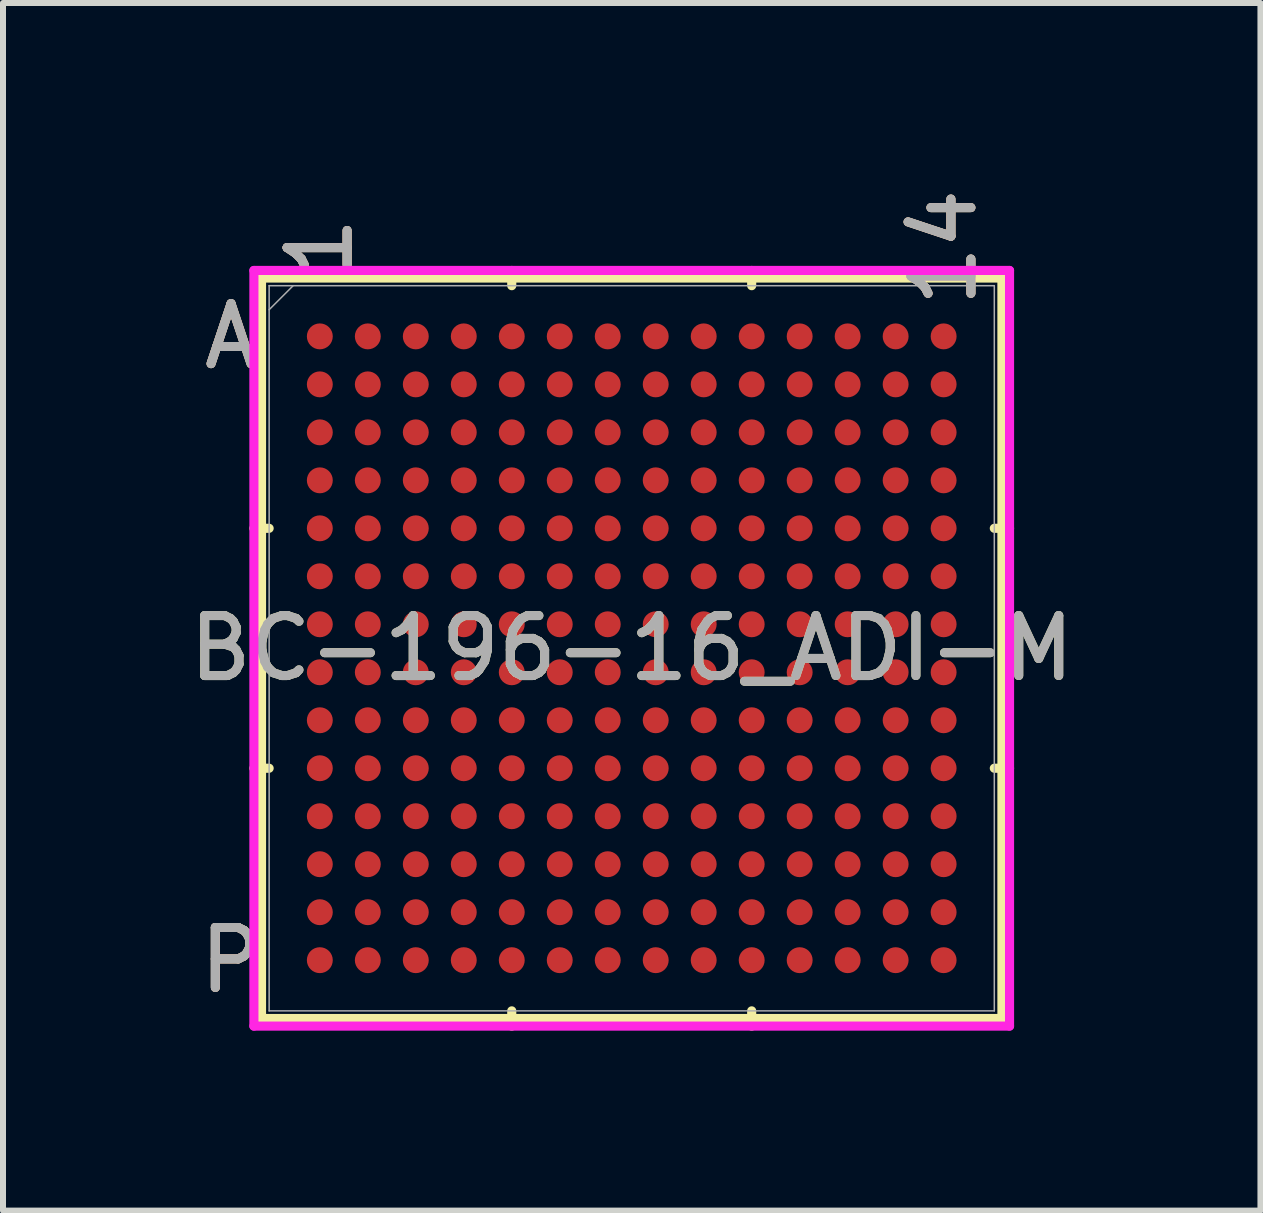
<source format=kicad_pcb>
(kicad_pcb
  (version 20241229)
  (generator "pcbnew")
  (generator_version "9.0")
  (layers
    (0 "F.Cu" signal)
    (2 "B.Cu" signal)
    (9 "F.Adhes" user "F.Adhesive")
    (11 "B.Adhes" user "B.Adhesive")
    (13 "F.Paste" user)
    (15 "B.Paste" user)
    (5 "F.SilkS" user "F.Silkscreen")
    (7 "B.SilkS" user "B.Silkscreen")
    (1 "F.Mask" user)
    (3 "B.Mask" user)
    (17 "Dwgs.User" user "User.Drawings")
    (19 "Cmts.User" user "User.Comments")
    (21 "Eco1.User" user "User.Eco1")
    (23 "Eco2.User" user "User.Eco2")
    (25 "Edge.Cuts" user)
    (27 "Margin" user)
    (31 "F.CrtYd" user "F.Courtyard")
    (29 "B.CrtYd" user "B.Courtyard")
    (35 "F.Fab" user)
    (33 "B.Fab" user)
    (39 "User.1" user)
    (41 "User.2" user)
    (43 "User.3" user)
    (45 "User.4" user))
  (footprint "BC-196-16_ADI-M"
    (layer "F.Cu")
    (at 7.482 7.758)
    (property "Reference" "BC-196-16_ADI-M" (at 0 0 0) (unlocked yes) (layer "F.SilkS") (effects (font (size 1 1) (thickness 0.15))))
    (attr smd)
    (fp_line (start -6.172 -6.172) (end -6.172 6.172) (stroke (width 0.152) (type solid)) (layer "F.SilkS"))
    (fp_line (start -6.172 6.172) (end 6.172 6.172) (stroke (width 0.152) (type solid)) (layer "F.SilkS"))
    (fp_line (start -6.045 -2) (end -6.299 -2) (stroke (width 0.152) (type solid)) (layer "F.SilkS"))
    (fp_line (start -6.045 2) (end -6.299 2) (stroke (width 0.152) (type solid)) (layer "F.SilkS"))
    (fp_line (start -2 -6.045) (end -2 -6.299) (stroke (width 0.152) (type solid)) (layer "F.SilkS"))
    (fp_line (start -2 6.045) (end -2 6.299) (stroke (width 0.152) (type solid)) (layer "F.SilkS"))
    (fp_line (start 2 -6.045) (end 2 -6.299) (stroke (width 0.152) (type solid)) (layer "F.SilkS"))
    (fp_line (start 2 6.045) (end 2 6.299) (stroke (width 0.152) (type solid)) (layer "F.SilkS"))
    (fp_line (start 6.045 -2) (end 6.299 -2) (stroke (width 0.152) (type solid)) (layer "F.SilkS"))
    (fp_line (start 6.045 2) (end 6.299 2) (stroke (width 0.152) (type solid)) (layer "F.SilkS"))
    (fp_line (start 6.172 -6.172) (end -6.172 -6.172) (stroke (width 0.152) (type solid)) (layer "F.SilkS"))
    (fp_line (start 6.172 6.172) (end 6.172 -6.172) (stroke (width 0.152) (type solid)) (layer "F.SilkS"))
    (fp_poly (pts (xy -6.045 -6.045) (xy 6.045 -6.045) (xy 6.045 6.045) (xy -6.045 6.045)) (stroke (width 0.1) (type solid)) (fill no) (layer "Eco2.User"))
    (fp_line (start -6.299 -6.299) (end 6.299 -6.299) (stroke (width 0.152) (type solid)) (layer "F.CrtYd"))
    (fp_line (start -6.299 6.299) (end -6.299 -6.299) (stroke (width 0.152) (type solid)) (layer "F.CrtYd"))
    (fp_line (start 6.299 -6.299) (end 6.299 6.299) (stroke (width 0.152) (type solid)) (layer "F.CrtYd"))
    (fp_line (start 6.299 6.299) (end -6.299 6.299) (stroke (width 0.152) (type solid)) (layer "F.CrtYd"))
    (fp_line (start -6.045 -6.045) (end -6.045 6.045) (stroke (width 0.025) (type solid)) (layer "F.Fab"))
    (fp_line (start -6.045 6.045) (end 6.045 6.045) (stroke (width 0.025) (type solid)) (layer "F.Fab"))
    (fp_line (start -5.645 -6.045) (end -6.045 -5.645) (stroke (width 0.025) (type solid)) (layer "F.Fab"))
    (fp_line (start 6.045 -6.045) (end -6.045 -6.045) (stroke (width 0.025) (type solid)) (layer "F.Fab"))
    (fp_line (start 6.045 6.045) (end 6.045 -6.045) (stroke (width 0.025) (type solid)) (layer "F.Fab"))
    (fp_text user "1" (at -5.2 -6.68 90) (unlocked yes) (layer "F.SilkS") (effects (font (size 1 1) (thickness 0.15))))
    (fp_text user "14" (at 5.2 -6.68 90) (unlocked yes) (layer "F.SilkS") (effects (font (size 1 1) (thickness 0.15))))
    (fp_text user "A" (at -6.68 -5.2 0) (unlocked yes) (layer "F.SilkS") (effects (font (size 1 1) (thickness 0.15))))
    (fp_text user "P" (at -6.68 5.2 0) (unlocked yes) (layer "F.SilkS") (effects (font (size 1 1) (thickness 0.15))))
    (fp_text user "A" (at -6.68 -5.2 0) (unlocked yes) (layer "B.SilkS") (effects (font (size 1 1) (thickness 0.15))))
    (fp_text user "P" (at -6.68 5.2 0) (unlocked yes) (layer "B.SilkS") (effects (font (size 1 1) (thickness 0.15))))
    (fp_text user "1" (at -5.2 -6.68 90) (unlocked yes) (layer "B.SilkS") (effects (font (size 1 1) (thickness 0.15))))
    (fp_text user "14" (at 5.2 -6.68 90) (unlocked yes) (layer "B.SilkS") (effects (font (size 1 1) (thickness 0.15))))
    (fp_text user "14" (at 5.2 -6.68 90) (unlocked yes) (layer "F.Fab") (effects (font (size 1 1) (thickness 0.15))))
    (fp_text user "${REFERENCE}" (at 0 0 0) (unlocked yes) (layer "F.Fab") (effects (font (size 1 1) (thickness 0.15))))
    (fp_text user "1" (at -5.2 -6.68 90) (unlocked yes) (layer "F.Fab") (effects (font (size 1 1) (thickness 0.15))))
    (fp_text user "A" (at -6.68 -5.2 0) (unlocked yes) (layer "F.Fab") (effects (font (size 1 1) (thickness 0.15))))
    (fp_text user "P" (at -6.68 5.2 0) (unlocked yes) (layer "F.Fab") (effects (font (size 1 1) (thickness 0.15))))
    (pad "A1" smd circle (at -5.2 -5.2) (size 0.432 0.432) (layers "F.Cu" "F.Mask" "F.Paste"))
    (pad "A2" smd circle (at -4.4 -5.2) (size 0.432 0.432) (layers "F.Cu" "F.Mask" "F.Paste"))
    (pad "A3" smd circle (at -3.6 -5.2) (size 0.432 0.432) (layers "F.Cu" "F.Mask" "F.Paste"))
    (pad "A4" smd circle (at -2.8 -5.2) (size 0.432 0.432) (layers "F.Cu" "F.Mask" "F.Paste"))
    (pad "A5" smd circle (at -2 -5.2) (size 0.432 0.432) (layers "F.Cu" "F.Mask" "F.Paste"))
    (pad "A6" smd circle (at -1.2 -5.2) (size 0.432 0.432) (layers "F.Cu" "F.Mask" "F.Paste"))
    (pad "A7" smd circle (at -0.4 -5.2) (size 0.432 0.432) (layers "F.Cu" "F.Mask" "F.Paste"))
    (pad "A8" smd circle (at 0.4 -5.2) (size 0.432 0.432) (layers "F.Cu" "F.Mask" "F.Paste"))
    (pad "A9" smd circle (at 1.2 -5.2) (size 0.432 0.432) (layers "F.Cu" "F.Mask" "F.Paste"))
    (pad "A10" smd circle (at 2 -5.2) (size 0.432 0.432) (layers "F.Cu" "F.Mask" "F.Paste"))
    (pad "A11" smd circle (at 2.8 -5.2) (size 0.432 0.432) (layers "F.Cu" "F.Mask" "F.Paste"))
    (pad "A12" smd circle (at 3.6 -5.2) (size 0.432 0.432) (layers "F.Cu" "F.Mask" "F.Paste"))
    (pad "A13" smd circle (at 4.4 -5.2) (size 0.432 0.432) (layers "F.Cu" "F.Mask" "F.Paste"))
    (pad "A14" smd circle (at 5.2 -5.2) (size 0.432 0.432) (layers "F.Cu" "F.Mask" "F.Paste"))
    (pad "B1" smd circle (at -5.2 -4.4) (size 0.432 0.432) (layers "F.Cu" "F.Mask" "F.Paste"))
    (pad "B2" smd circle (at -4.4 -4.4) (size 0.432 0.432) (layers "F.Cu" "F.Mask" "F.Paste"))
    (pad "B3" smd circle (at -3.6 -4.4) (size 0.432 0.432) (layers "F.Cu" "F.Mask" "F.Paste"))
    (pad "B4" smd circle (at -2.8 -4.4) (size 0.432 0.432) (layers "F.Cu" "F.Mask" "F.Paste"))
    (pad "B5" smd circle (at -2 -4.4) (size 0.432 0.432) (layers "F.Cu" "F.Mask" "F.Paste"))
    (pad "B6" smd circle (at -1.2 -4.4) (size 0.432 0.432) (layers "F.Cu" "F.Mask" "F.Paste"))
    (pad "B7" smd circle (at -0.4 -4.4) (size 0.432 0.432) (layers "F.Cu" "F.Mask" "F.Paste"))
    (pad "B8" smd circle (at 0.4 -4.4) (size 0.432 0.432) (layers "F.Cu" "F.Mask" "F.Paste"))
    (pad "B9" smd circle (at 1.2 -4.4) (size 0.432 0.432) (layers "F.Cu" "F.Mask" "F.Paste"))
    (pad "B10" smd circle (at 2 -4.4) (size 0.432 0.432) (layers "F.Cu" "F.Mask" "F.Paste"))
    (pad "B11" smd circle (at 2.8 -4.4) (size 0.432 0.432) (layers "F.Cu" "F.Mask" "F.Paste"))
    (pad "B12" smd circle (at 3.6 -4.4) (size 0.432 0.432) (layers "F.Cu" "F.Mask" "F.Paste"))
    (pad "B13" smd circle (at 4.4 -4.4) (size 0.432 0.432) (layers "F.Cu" "F.Mask" "F.Paste"))
    (pad "B14" smd circle (at 5.2 -4.4) (size 0.432 0.432) (layers "F.Cu" "F.Mask" "F.Paste"))
    (pad "C1" smd circle (at -5.2 -3.6) (size 0.432 0.432) (layers "F.Cu" "F.Mask" "F.Paste"))
    (pad "C2" smd circle (at -4.4 -3.6) (size 0.432 0.432) (layers "F.Cu" "F.Mask" "F.Paste"))
    (pad "C3" smd circle (at -3.6 -3.6) (size 0.432 0.432) (layers "F.Cu" "F.Mask" "F.Paste"))
    (pad "C4" smd circle (at -2.8 -3.6) (size 0.432 0.432) (layers "F.Cu" "F.Mask" "F.Paste"))
    (pad "C5" smd circle (at -2 -3.6) (size 0.432 0.432) (layers "F.Cu" "F.Mask" "F.Paste"))
    (pad "C6" smd circle (at -1.2 -3.6) (size 0.432 0.432) (layers "F.Cu" "F.Mask" "F.Paste"))
    (pad "C7" smd circle (at -0.4 -3.6) (size 0.432 0.432) (layers "F.Cu" "F.Mask" "F.Paste"))
    (pad "C8" smd circle (at 0.4 -3.6) (size 0.432 0.432) (layers "F.Cu" "F.Mask" "F.Paste"))
    (pad "C9" smd circle (at 1.2 -3.6) (size 0.432 0.432) (layers "F.Cu" "F.Mask" "F.Paste"))
    (pad "C10" smd circle (at 2 -3.6) (size 0.432 0.432) (layers "F.Cu" "F.Mask" "F.Paste"))
    (pad "C11" smd circle (at 2.8 -3.6) (size 0.432 0.432) (layers "F.Cu" "F.Mask" "F.Paste"))
    (pad "C12" smd circle (at 3.6 -3.6) (size 0.432 0.432) (layers "F.Cu" "F.Mask" "F.Paste"))
    (pad "C13" smd circle (at 4.4 -3.6) (size 0.432 0.432) (layers "F.Cu" "F.Mask" "F.Paste"))
    (pad "C14" smd circle (at 5.2 -3.6) (size 0.432 0.432) (layers "F.Cu" "F.Mask" "F.Paste"))
    (pad "D1" smd circle (at -5.2 -2.8) (size 0.432 0.432) (layers "F.Cu" "F.Mask" "F.Paste"))
    (pad "D2" smd circle (at -4.4 -2.8) (size 0.432 0.432) (layers "F.Cu" "F.Mask" "F.Paste"))
    (pad "D3" smd circle (at -3.6 -2.8) (size 0.432 0.432) (layers "F.Cu" "F.Mask" "F.Paste"))
    (pad "D4" smd circle (at -2.8 -2.8) (size 0.432 0.432) (layers "F.Cu" "F.Mask" "F.Paste"))
    (pad "D5" smd circle (at -2 -2.8) (size 0.432 0.432) (layers "F.Cu" "F.Mask" "F.Paste"))
    (pad "D6" smd circle (at -1.2 -2.8) (size 0.432 0.432) (layers "F.Cu" "F.Mask" "F.Paste"))
    (pad "D7" smd circle (at -0.4 -2.8) (size 0.432 0.432) (layers "F.Cu" "F.Mask" "F.Paste"))
    (pad "D8" smd circle (at 0.4 -2.8) (size 0.432 0.432) (layers "F.Cu" "F.Mask" "F.Paste"))
    (pad "D9" smd circle (at 1.2 -2.8) (size 0.432 0.432) (layers "F.Cu" "F.Mask" "F.Paste"))
    (pad "D10" smd circle (at 2 -2.8) (size 0.432 0.432) (layers "F.Cu" "F.Mask" "F.Paste"))
    (pad "D11" smd circle (at 2.8 -2.8) (size 0.432 0.432) (layers "F.Cu" "F.Mask" "F.Paste"))
    (pad "D12" smd circle (at 3.6 -2.8) (size 0.432 0.432) (layers "F.Cu" "F.Mask" "F.Paste"))
    (pad "D13" smd circle (at 4.4 -2.8) (size 0.432 0.432) (layers "F.Cu" "F.Mask" "F.Paste"))
    (pad "D14" smd circle (at 5.2 -2.8) (size 0.432 0.432) (layers "F.Cu" "F.Mask" "F.Paste"))
    (pad "E1" smd circle (at -5.2 -2) (size 0.432 0.432) (layers "F.Cu" "F.Mask" "F.Paste"))
    (pad "E2" smd circle (at -4.4 -2) (size 0.432 0.432) (layers "F.Cu" "F.Mask" "F.Paste"))
    (pad "E3" smd circle (at -3.6 -2) (size 0.432 0.432) (layers "F.Cu" "F.Mask" "F.Paste"))
    (pad "E4" smd circle (at -2.8 -2) (size 0.432 0.432) (layers "F.Cu" "F.Mask" "F.Paste"))
    (pad "E5" smd circle (at -2 -2) (size 0.432 0.432) (layers "F.Cu" "F.Mask" "F.Paste"))
    (pad "E6" smd circle (at -1.2 -2) (size 0.432 0.432) (layers "F.Cu" "F.Mask" "F.Paste"))
    (pad "E7" smd circle (at -0.4 -2) (size 0.432 0.432) (layers "F.Cu" "F.Mask" "F.Paste"))
    (pad "E8" smd circle (at 0.4 -2) (size 0.432 0.432) (layers "F.Cu" "F.Mask" "F.Paste"))
    (pad "E9" smd circle (at 1.2 -2) (size 0.432 0.432) (layers "F.Cu" "F.Mask" "F.Paste"))
    (pad "E10" smd circle (at 2 -2) (size 0.432 0.432) (layers "F.Cu" "F.Mask" "F.Paste"))
    (pad "E11" smd circle (at 2.8 -2) (size 0.432 0.432) (layers "F.Cu" "F.Mask" "F.Paste"))
    (pad "E12" smd circle (at 3.6 -2) (size 0.432 0.432) (layers "F.Cu" "F.Mask" "F.Paste"))
    (pad "E13" smd circle (at 4.4 -2) (size 0.432 0.432) (layers "F.Cu" "F.Mask" "F.Paste"))
    (pad "E14" smd circle (at 5.2 -2) (size 0.432 0.432) (layers "F.Cu" "F.Mask" "F.Paste"))
    (pad "F1" smd circle (at -5.2 -1.2) (size 0.432 0.432) (layers "F.Cu" "F.Mask" "F.Paste"))
    (pad "F2" smd circle (at -4.4 -1.2) (size 0.432 0.432) (layers "F.Cu" "F.Mask" "F.Paste"))
    (pad "F3" smd circle (at -3.6 -1.2) (size 0.432 0.432) (layers "F.Cu" "F.Mask" "F.Paste"))
    (pad "F4" smd circle (at -2.8 -1.2) (size 0.432 0.432) (layers "F.Cu" "F.Mask" "F.Paste"))
    (pad "F5" smd circle (at -2 -1.2) (size 0.432 0.432) (layers "F.Cu" "F.Mask" "F.Paste"))
    (pad "F6" smd circle (at -1.2 -1.2) (size 0.432 0.432) (layers "F.Cu" "F.Mask" "F.Paste"))
    (pad "F7" smd circle (at -0.4 -1.2) (size 0.432 0.432) (layers "F.Cu" "F.Mask" "F.Paste"))
    (pad "F8" smd circle (at 0.4 -1.2) (size 0.432 0.432) (layers "F.Cu" "F.Mask" "F.Paste"))
    (pad "F9" smd circle (at 1.2 -1.2) (size 0.432 0.432) (layers "F.Cu" "F.Mask" "F.Paste"))
    (pad "F10" smd circle (at 2 -1.2) (size 0.432 0.432) (layers "F.Cu" "F.Mask" "F.Paste"))
    (pad "F11" smd circle (at 2.8 -1.2) (size 0.432 0.432) (layers "F.Cu" "F.Mask" "F.Paste"))
    (pad "F12" smd circle (at 3.6 -1.2) (size 0.432 0.432) (layers "F.Cu" "F.Mask" "F.Paste"))
    (pad "F13" smd circle (at 4.4 -1.2) (size 0.432 0.432) (layers "F.Cu" "F.Mask" "F.Paste"))
    (pad "F14" smd circle (at 5.2 -1.2) (size 0.432 0.432) (layers "F.Cu" "F.Mask" "F.Paste"))
    (pad "G1" smd circle (at -5.2 -0.4) (size 0.432 0.432) (layers "F.Cu" "F.Mask" "F.Paste"))
    (pad "G2" smd circle (at -4.4 -0.4) (size 0.432 0.432) (layers "F.Cu" "F.Mask" "F.Paste"))
    (pad "G3" smd circle (at -3.6 -0.4) (size 0.432 0.432) (layers "F.Cu" "F.Mask" "F.Paste"))
    (pad "G4" smd circle (at -2.8 -0.4) (size 0.432 0.432) (layers "F.Cu" "F.Mask" "F.Paste"))
    (pad "G5" smd circle (at -2 -0.4) (size 0.432 0.432) (layers "F.Cu" "F.Mask" "F.Paste"))
    (pad "G6" smd circle (at -1.2 -0.4) (size 0.432 0.432) (layers "F.Cu" "F.Mask" "F.Paste"))
    (pad "G7" smd circle (at -0.4 -0.4) (size 0.432 0.432) (layers "F.Cu" "F.Mask" "F.Paste"))
    (pad "G8" smd circle (at 0.4 -0.4) (size 0.432 0.432) (layers "F.Cu" "F.Mask" "F.Paste"))
    (pad "G9" smd circle (at 1.2 -0.4) (size 0.432 0.432) (layers "F.Cu" "F.Mask" "F.Paste"))
    (pad "G10" smd circle (at 2 -0.4) (size 0.432 0.432) (layers "F.Cu" "F.Mask" "F.Paste"))
    (pad "G11" smd circle (at 2.8 -0.4) (size 0.432 0.432) (layers "F.Cu" "F.Mask" "F.Paste"))
    (pad "G12" smd circle (at 3.6 -0.4) (size 0.432 0.432) (layers "F.Cu" "F.Mask" "F.Paste"))
    (pad "G13" smd circle (at 4.4 -0.4) (size 0.432 0.432) (layers "F.Cu" "F.Mask" "F.Paste"))
    (pad "G14" smd circle (at 5.2 -0.4) (size 0.432 0.432) (layers "F.Cu" "F.Mask" "F.Paste"))
    (pad "H1" smd circle (at -5.2 0.4) (size 0.432 0.432) (layers "F.Cu" "F.Mask" "F.Paste"))
    (pad "H2" smd circle (at -4.4 0.4) (size 0.432 0.432) (layers "F.Cu" "F.Mask" "F.Paste"))
    (pad "H3" smd circle (at -3.6 0.4) (size 0.432 0.432) (layers "F.Cu" "F.Mask" "F.Paste"))
    (pad "H4" smd circle (at -2.8 0.4) (size 0.432 0.432) (layers "F.Cu" "F.Mask" "F.Paste"))
    (pad "H5" smd circle (at -2 0.4) (size 0.432 0.432) (layers "F.Cu" "F.Mask" "F.Paste"))
    (pad "H6" smd circle (at -1.2 0.4) (size 0.432 0.432) (layers "F.Cu" "F.Mask" "F.Paste"))
    (pad "H7" smd circle (at -0.4 0.4) (size 0.432 0.432) (layers "F.Cu" "F.Mask" "F.Paste"))
    (pad "H8" smd circle (at 0.4 0.4) (size 0.432 0.432) (layers "F.Cu" "F.Mask" "F.Paste"))
    (pad "H9" smd circle (at 1.2 0.4) (size 0.432 0.432) (layers "F.Cu" "F.Mask" "F.Paste"))
    (pad "H10" smd circle (at 2 0.4) (size 0.432 0.432) (layers "F.Cu" "F.Mask" "F.Paste"))
    (pad "H11" smd circle (at 2.8 0.4) (size 0.432 0.432) (layers "F.Cu" "F.Mask" "F.Paste"))
    (pad "H12" smd circle (at 3.6 0.4) (size 0.432 0.432) (layers "F.Cu" "F.Mask" "F.Paste"))
    (pad "H13" smd circle (at 4.4 0.4) (size 0.432 0.432) (layers "F.Cu" "F.Mask" "F.Paste"))
    (pad "H14" smd circle (at 5.2 0.4) (size 0.432 0.432) (layers "F.Cu" "F.Mask" "F.Paste"))
    (pad "J1" smd circle (at -5.2 1.2) (size 0.432 0.432) (layers "F.Cu" "F.Mask" "F.Paste"))
    (pad "J2" smd circle (at -4.4 1.2) (size 0.432 0.432) (layers "F.Cu" "F.Mask" "F.Paste"))
    (pad "J3" smd circle (at -3.6 1.2) (size 0.432 0.432) (layers "F.Cu" "F.Mask" "F.Paste"))
    (pad "J4" smd circle (at -2.8 1.2) (size 0.432 0.432) (layers "F.Cu" "F.Mask" "F.Paste"))
    (pad "J5" smd circle (at -2 1.2) (size 0.432 0.432) (layers "F.Cu" "F.Mask" "F.Paste"))
    (pad "J6" smd circle (at -1.2 1.2) (size 0.432 0.432) (layers "F.Cu" "F.Mask" "F.Paste"))
    (pad "J7" smd circle (at -0.4 1.2) (size 0.432 0.432) (layers "F.Cu" "F.Mask" "F.Paste"))
    (pad "J8" smd circle (at 0.4 1.2) (size 0.432 0.432) (layers "F.Cu" "F.Mask" "F.Paste"))
    (pad "J9" smd circle (at 1.2 1.2) (size 0.432 0.432) (layers "F.Cu" "F.Mask" "F.Paste"))
    (pad "J10" smd circle (at 2 1.2) (size 0.432 0.432) (layers "F.Cu" "F.Mask" "F.Paste"))
    (pad "J11" smd circle (at 2.8 1.2) (size 0.432 0.432) (layers "F.Cu" "F.Mask" "F.Paste"))
    (pad "J12" smd circle (at 3.6 1.2) (size 0.432 0.432) (layers "F.Cu" "F.Mask" "F.Paste"))
    (pad "J13" smd circle (at 4.4 1.2) (size 0.432 0.432) (layers "F.Cu" "F.Mask" "F.Paste"))
    (pad "J14" smd circle (at 5.2 1.2) (size 0.432 0.432) (layers "F.Cu" "F.Mask" "F.Paste"))
    (pad "K1" smd circle (at -5.2 2) (size 0.432 0.432) (layers "F.Cu" "F.Mask" "F.Paste"))
    (pad "K2" smd circle (at -4.4 2) (size 0.432 0.432) (layers "F.Cu" "F.Mask" "F.Paste"))
    (pad "K3" smd circle (at -3.6 2) (size 0.432 0.432) (layers "F.Cu" "F.Mask" "F.Paste"))
    (pad "K4" smd circle (at -2.8 2) (size 0.432 0.432) (layers "F.Cu" "F.Mask" "F.Paste"))
    (pad "K5" smd circle (at -2 2) (size 0.432 0.432) (layers "F.Cu" "F.Mask" "F.Paste"))
    (pad "K6" smd circle (at -1.2 2) (size 0.432 0.432) (layers "F.Cu" "F.Mask" "F.Paste"))
    (pad "K7" smd circle (at -0.4 2) (size 0.432 0.432) (layers "F.Cu" "F.Mask" "F.Paste"))
    (pad "K8" smd circle (at 0.4 2) (size 0.432 0.432) (layers "F.Cu" "F.Mask" "F.Paste"))
    (pad "K9" smd circle (at 1.2 2) (size 0.432 0.432) (layers "F.Cu" "F.Mask" "F.Paste"))
    (pad "K10" smd circle (at 2 2) (size 0.432 0.432) (layers "F.Cu" "F.Mask" "F.Paste"))
    (pad "K11" smd circle (at 2.8 2) (size 0.432 0.432) (layers "F.Cu" "F.Mask" "F.Paste"))
    (pad "K12" smd circle (at 3.6 2) (size 0.432 0.432) (layers "F.Cu" "F.Mask" "F.Paste"))
    (pad "K13" smd circle (at 4.4 2) (size 0.432 0.432) (layers "F.Cu" "F.Mask" "F.Paste"))
    (pad "K14" smd circle (at 5.2 2) (size 0.432 0.432) (layers "F.Cu" "F.Mask" "F.Paste"))
    (pad "L1" smd circle (at -5.2 2.8) (size 0.432 0.432) (layers "F.Cu" "F.Mask" "F.Paste"))
    (pad "L2" smd circle (at -4.4 2.8) (size 0.432 0.432) (layers "F.Cu" "F.Mask" "F.Paste"))
    (pad "L3" smd circle (at -3.6 2.8) (size 0.432 0.432) (layers "F.Cu" "F.Mask" "F.Paste"))
    (pad "L4" smd circle (at -2.8 2.8) (size 0.432 0.432) (layers "F.Cu" "F.Mask" "F.Paste"))
    (pad "L5" smd circle (at -2 2.8) (size 0.432 0.432) (layers "F.Cu" "F.Mask" "F.Paste"))
    (pad "L6" smd circle (at -1.2 2.8) (size 0.432 0.432) (layers "F.Cu" "F.Mask" "F.Paste"))
    (pad "L7" smd circle (at -0.4 2.8) (size 0.432 0.432) (layers "F.Cu" "F.Mask" "F.Paste"))
    (pad "L8" smd circle (at 0.4 2.8) (size 0.432 0.432) (layers "F.Cu" "F.Mask" "F.Paste"))
    (pad "L9" smd circle (at 1.2 2.8) (size 0.432 0.432) (layers "F.Cu" "F.Mask" "F.Paste"))
    (pad "L10" smd circle (at 2 2.8) (size 0.432 0.432) (layers "F.Cu" "F.Mask" "F.Paste"))
    (pad "L11" smd circle (at 2.8 2.8) (size 0.432 0.432) (layers "F.Cu" "F.Mask" "F.Paste"))
    (pad "L12" smd circle (at 3.6 2.8) (size 0.432 0.432) (layers "F.Cu" "F.Mask" "F.Paste"))
    (pad "L13" smd circle (at 4.4 2.8) (size 0.432 0.432) (layers "F.Cu" "F.Mask" "F.Paste"))
    (pad "L14" smd circle (at 5.2 2.8) (size 0.432 0.432) (layers "F.Cu" "F.Mask" "F.Paste"))
    (pad "M1" smd circle (at -5.2 3.6) (size 0.432 0.432) (layers "F.Cu" "F.Mask" "F.Paste"))
    (pad "M2" smd circle (at -4.4 3.6) (size 0.432 0.432) (layers "F.Cu" "F.Mask" "F.Paste"))
    (pad "M3" smd circle (at -3.6 3.6) (size 0.432 0.432) (layers "F.Cu" "F.Mask" "F.Paste"))
    (pad "M4" smd circle (at -2.8 3.6) (size 0.432 0.432) (layers "F.Cu" "F.Mask" "F.Paste"))
    (pad "M5" smd circle (at -2 3.6) (size 0.432 0.432) (layers "F.Cu" "F.Mask" "F.Paste"))
    (pad "M6" smd circle (at -1.2 3.6) (size 0.432 0.432) (layers "F.Cu" "F.Mask" "F.Paste"))
    (pad "M7" smd circle (at -0.4 3.6) (size 0.432 0.432) (layers "F.Cu" "F.Mask" "F.Paste"))
    (pad "M8" smd circle (at 0.4 3.6) (size 0.432 0.432) (layers "F.Cu" "F.Mask" "F.Paste"))
    (pad "M9" smd circle (at 1.2 3.6) (size 0.432 0.432) (layers "F.Cu" "F.Mask" "F.Paste"))
    (pad "M10" smd circle (at 2 3.6) (size 0.432 0.432) (layers "F.Cu" "F.Mask" "F.Paste"))
    (pad "M11" smd circle (at 2.8 3.6) (size 0.432 0.432) (layers "F.Cu" "F.Mask" "F.Paste"))
    (pad "M12" smd circle (at 3.6 3.6) (size 0.432 0.432) (layers "F.Cu" "F.Mask" "F.Paste"))
    (pad "M13" smd circle (at 4.4 3.6) (size 0.432 0.432) (layers "F.Cu" "F.Mask" "F.Paste"))
    (pad "M14" smd circle (at 5.2 3.6) (size 0.432 0.432) (layers "F.Cu" "F.Mask" "F.Paste"))
    (pad "N1" smd circle (at -5.2 4.4) (size 0.432 0.432) (layers "F.Cu" "F.Mask" "F.Paste"))
    (pad "N2" smd circle (at -4.4 4.4) (size 0.432 0.432) (layers "F.Cu" "F.Mask" "F.Paste"))
    (pad "N3" smd circle (at -3.6 4.4) (size 0.432 0.432) (layers "F.Cu" "F.Mask" "F.Paste"))
    (pad "N4" smd circle (at -2.8 4.4) (size 0.432 0.432) (layers "F.Cu" "F.Mask" "F.Paste"))
    (pad "N5" smd circle (at -2 4.4) (size 0.432 0.432) (layers "F.Cu" "F.Mask" "F.Paste"))
    (pad "N6" smd circle (at -1.2 4.4) (size 0.432 0.432) (layers "F.Cu" "F.Mask" "F.Paste"))
    (pad "N7" smd circle (at -0.4 4.4) (size 0.432 0.432) (layers "F.Cu" "F.Mask" "F.Paste"))
    (pad "N8" smd circle (at 0.4 4.4) (size 0.432 0.432) (layers "F.Cu" "F.Mask" "F.Paste"))
    (pad "N9" smd circle (at 1.2 4.4) (size 0.432 0.432) (layers "F.Cu" "F.Mask" "F.Paste"))
    (pad "N10" smd circle (at 2 4.4) (size 0.432 0.432) (layers "F.Cu" "F.Mask" "F.Paste"))
    (pad "N11" smd circle (at 2.8 4.4) (size 0.432 0.432) (layers "F.Cu" "F.Mask" "F.Paste"))
    (pad "N12" smd circle (at 3.6 4.4) (size 0.432 0.432) (layers "F.Cu" "F.Mask" "F.Paste"))
    (pad "N13" smd circle (at 4.4 4.4) (size 0.432 0.432) (layers "F.Cu" "F.Mask" "F.Paste"))
    (pad "N14" smd circle (at 5.2 4.4) (size 0.432 0.432) (layers "F.Cu" "F.Mask" "F.Paste"))
    (pad "P1" smd circle (at -5.2 5.2) (size 0.432 0.432) (layers "F.Cu" "F.Mask" "F.Paste"))
    (pad "P2" smd circle (at -4.4 5.2) (size 0.432 0.432) (layers "F.Cu" "F.Mask" "F.Paste"))
    (pad "P3" smd circle (at -3.6 5.2) (size 0.432 0.432) (layers "F.Cu" "F.Mask" "F.Paste"))
    (pad "P4" smd circle (at -2.8 5.2) (size 0.432 0.432) (layers "F.Cu" "F.Mask" "F.Paste"))
    (pad "P5" smd circle (at -2 5.2) (size 0.432 0.432) (layers "F.Cu" "F.Mask" "F.Paste"))
    (pad "P6" smd circle (at -1.2 5.2) (size 0.432 0.432) (layers "F.Cu" "F.Mask" "F.Paste"))
    (pad "P7" smd circle (at -0.4 5.2) (size 0.432 0.432) (layers "F.Cu" "F.Mask" "F.Paste"))
    (pad "P8" smd circle (at 0.4 5.2) (size 0.432 0.432) (layers "F.Cu" "F.Mask" "F.Paste"))
    (pad "P9" smd circle (at 1.2 5.2) (size 0.432 0.432) (layers "F.Cu" "F.Mask" "F.Paste"))
    (pad "P10" smd circle (at 2 5.2) (size 0.432 0.432) (layers "F.Cu" "F.Mask" "F.Paste"))
    (pad "P11" smd circle (at 2.8 5.2) (size 0.432 0.432) (layers "F.Cu" "F.Mask" "F.Paste"))
    (pad "P12" smd circle (at 3.6 5.2) (size 0.432 0.432) (layers "F.Cu" "F.Mask" "F.Paste"))
    (pad "P13" smd circle (at 4.4 5.2) (size 0.432 0.432) (layers "F.Cu" "F.Mask" "F.Paste"))
    (pad "P14" smd circle (at 5.2 5.2) (size 0.432 0.432) (layers "F.Cu" "F.Mask" "F.Paste")))
  (gr_rect
    (start -3 -3)
    (end 17.964 17.133)
    (stroke (width 0.1) (type default))
    (fill no)
    (layer "Edge.Cuts")))
</source>
